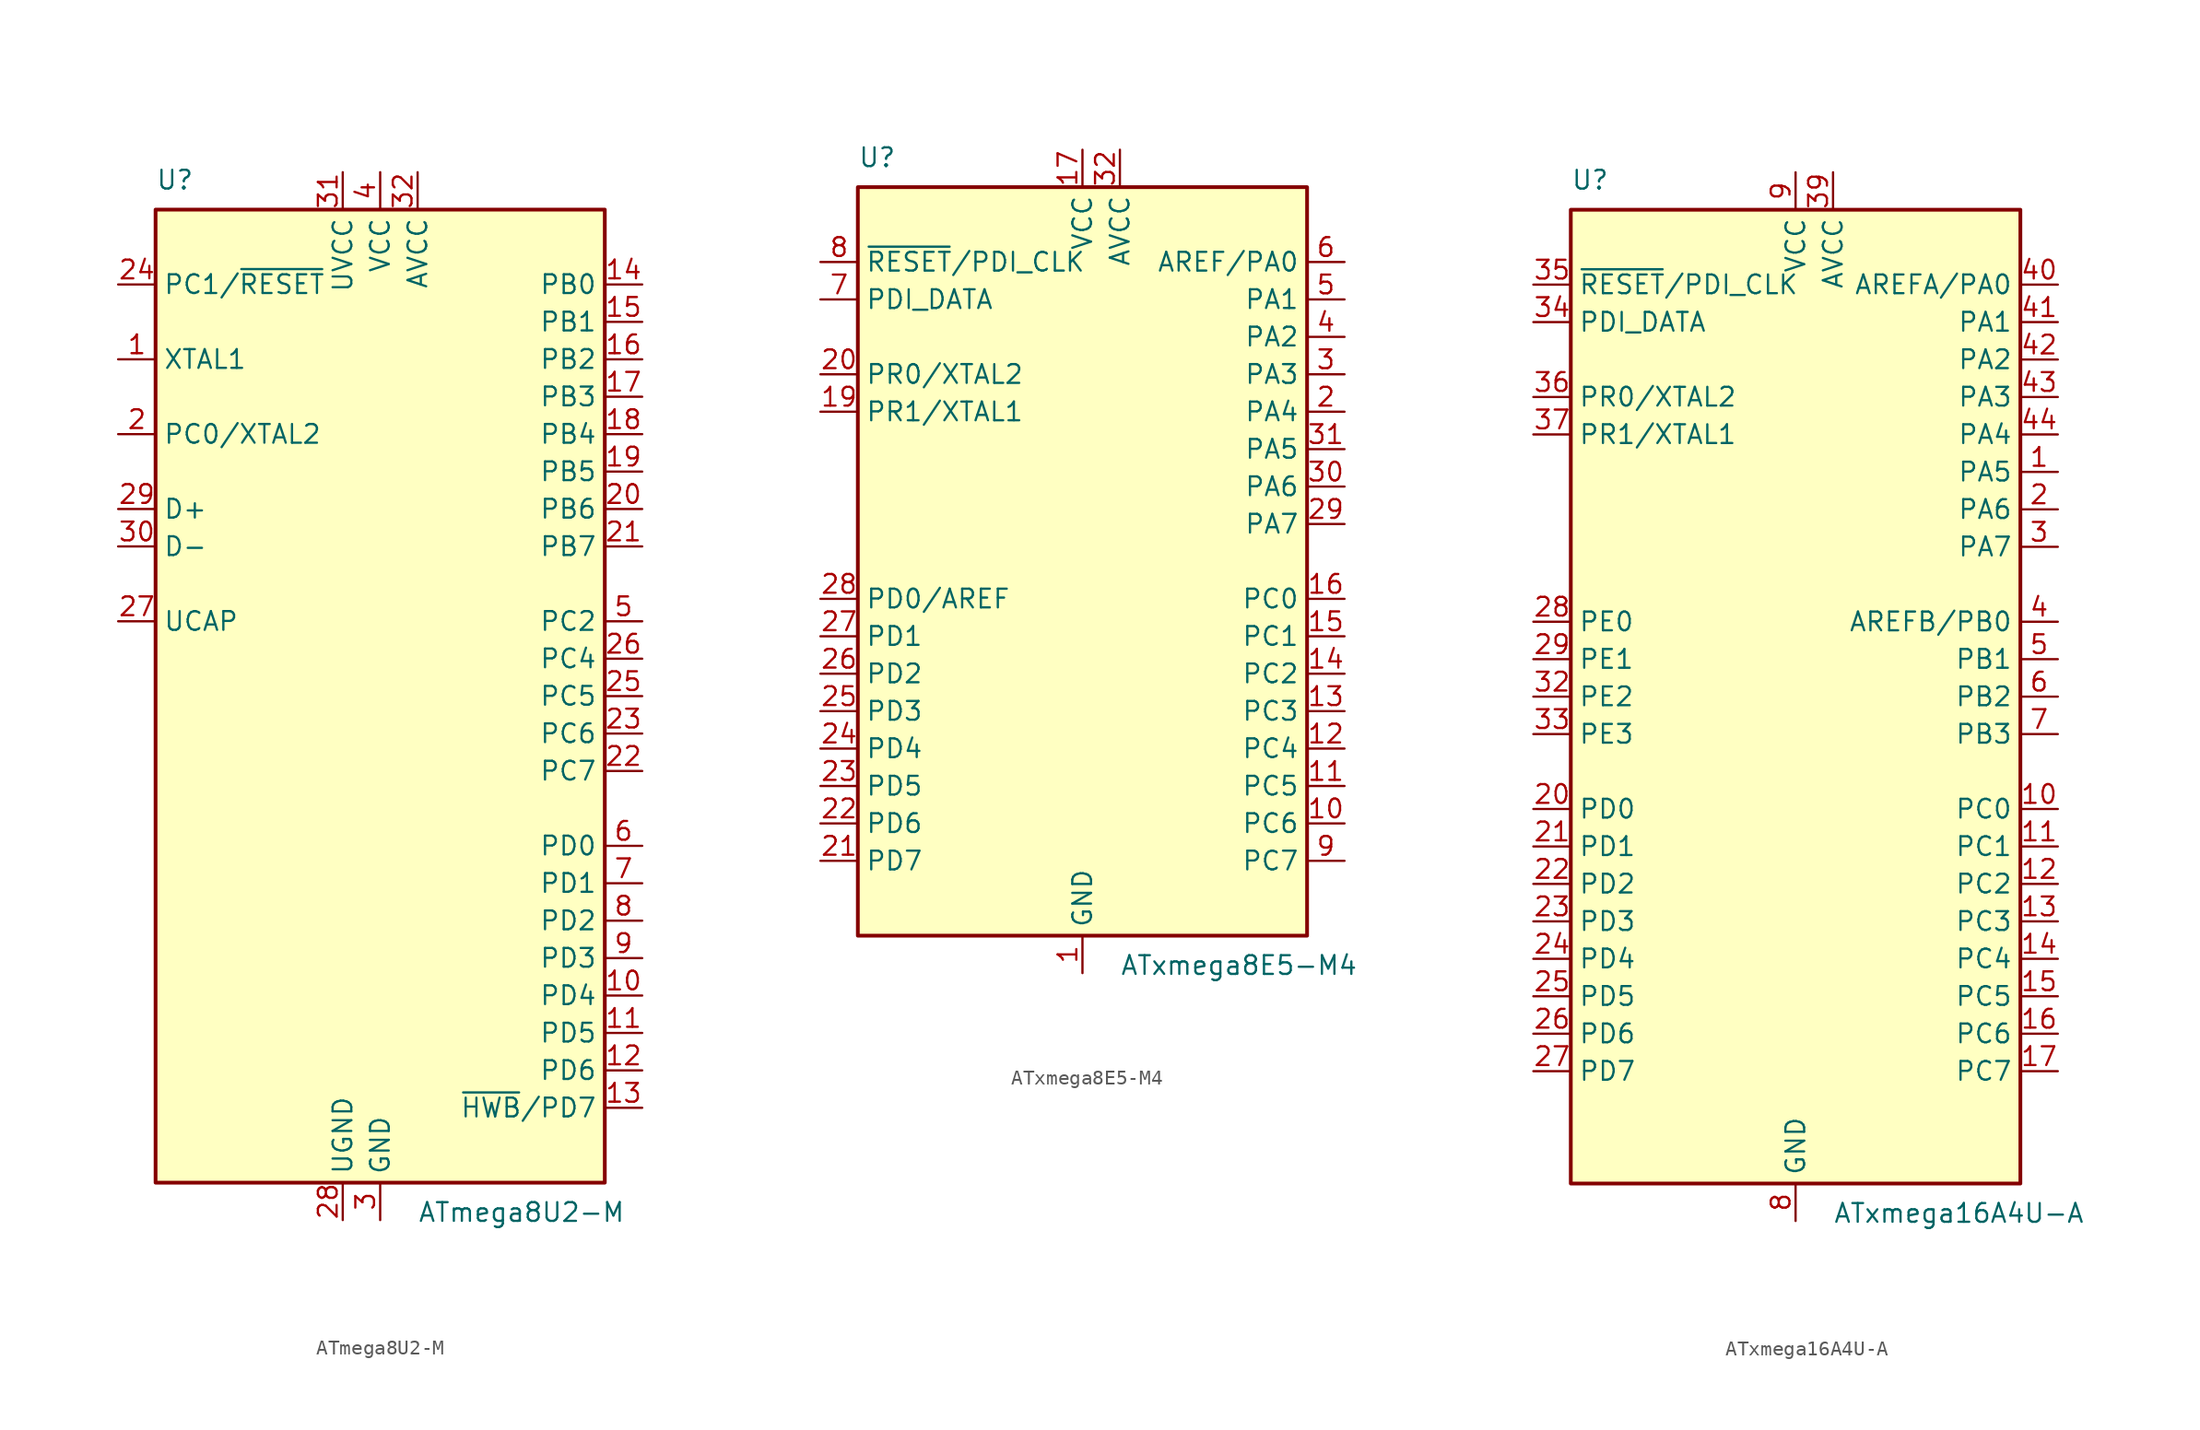
<source format=kicad_sym>
(kicad_symbol_lib
  (version 20211014)
  (generator kicad_symbol_editor)
  (symbol "ATmega8U2-M"
    (property "Reference" "U"
      (at -15.24 34.29 0)
      (effects (font (size 1.27 1.27)) (justify left bottom)))
    (property "Value" "ATmega8U2-M"
      (at 2.54 -34.29 0)
      (effects (font (size 1.27 1.27)) (justify left top)))
    (symbol "ATmega8U2-M_0_1"
      (rectangle (start -15.24 -33.02) (end 15.24 33.02) (stroke (width 0.254) (type default) (color 0 0 0 0)) (fill (type background))))
    (symbol "ATmega8U2-M_1_1"
      (pin input line (at -17.78 22.86 0) (length 2.54) (name "XTAL1" (effects (font (size 1.27 1.27)))) (number "1" (effects (font (size 1.27 1.27)))))
      (pin bidirectional line (at 17.78 -20.32 180) (length 2.54) (name "PD4" (effects (font (size 1.27 1.27)))) (number "10" (effects (font (size 1.27 1.27)))))
      (pin bidirectional line (at 17.78 -22.86 180) (length 2.54) (name "PD5" (effects (font (size 1.27 1.27)))) (number "11" (effects (font (size 1.27 1.27)))))
      (pin bidirectional line (at 17.78 -25.4 180) (length 2.54) (name "PD6" (effects (font (size 1.27 1.27)))) (number "12" (effects (font (size 1.27 1.27)))))
      (pin bidirectional line (at 17.78 -27.94 180) (length 2.54) (name "~{HWB}/PD7" (effects (font (size 1.27 1.27)))) (number "13" (effects (font (size 1.27 1.27)))))
      (pin bidirectional line (at 17.78 27.94 180) (length 2.54) (name "PB0" (effects (font (size 1.27 1.27)))) (number "14" (effects (font (size 1.27 1.27)))))
      (pin bidirectional line (at 17.78 25.4 180) (length 2.54) (name "PB1" (effects (font (size 1.27 1.27)))) (number "15" (effects (font (size 1.27 1.27)))))
      (pin bidirectional line (at 17.78 22.86 180) (length 2.54) (name "PB2" (effects (font (size 1.27 1.27)))) (number "16" (effects (font (size 1.27 1.27)))))
      (pin bidirectional line (at 17.78 20.32 180) (length 2.54) (name "PB3" (effects (font (size 1.27 1.27)))) (number "17" (effects (font (size 1.27 1.27)))))
      (pin bidirectional line (at 17.78 17.78 180) (length 2.54) (name "PB4" (effects (font (size 1.27 1.27)))) (number "18" (effects (font (size 1.27 1.27)))))
      (pin bidirectional line (at 17.78 15.24 180) (length 2.54) (name "PB5" (effects (font (size 1.27 1.27)))) (number "19" (effects (font (size 1.27 1.27)))))
      (pin bidirectional line (at -17.78 17.78 0) (length 2.54) (name "PC0/XTAL2" (effects (font (size 1.27 1.27)))) (number "2" (effects (font (size 1.27 1.27)))))
      (pin bidirectional line (at 17.78 12.7 180) (length 2.54) (name "PB6" (effects (font (size 1.27 1.27)))) (number "20" (effects (font (size 1.27 1.27)))))
      (pin bidirectional line (at 17.78 10.16 180) (length 2.54) (name "PB7" (effects (font (size 1.27 1.27)))) (number "21" (effects (font (size 1.27 1.27)))))
      (pin bidirectional line (at 17.78 -5.08 180) (length 2.54) (name "PC7" (effects (font (size 1.27 1.27)))) (number "22" (effects (font (size 1.27 1.27)))))
      (pin bidirectional line (at 17.78 -2.54 180) (length 2.54) (name "PC6" (effects (font (size 1.27 1.27)))) (number "23" (effects (font (size 1.27 1.27)))))
      (pin bidirectional line (at -17.78 27.94 0) (length 2.54) (name "PC1/~{RESET}" (effects (font (size 1.27 1.27)))) (number "24" (effects (font (size 1.27 1.27)))))
      (pin bidirectional line (at 17.78 0 180) (length 2.54) (name "PC5" (effects (font (size 1.27 1.27)))) (number "25" (effects (font (size 1.27 1.27)))))
      (pin bidirectional line (at 17.78 2.54 180) (length 2.54) (name "PC4" (effects (font (size 1.27 1.27)))) (number "26" (effects (font (size 1.27 1.27)))))
      (pin passive line (at -17.78 5.08 0) (length 2.54) (name "UCAP" (effects (font (size 1.27 1.27)))) (number "27" (effects (font (size 1.27 1.27)))))
      (pin power_in line (at -2.54 -35.56 90) (length 2.54) (name "UGND" (effects (font (size 1.27 1.27)))) (number "28" (effects (font (size 1.27 1.27)))))
      (pin bidirectional line (at -17.78 12.7 0) (length 2.54) (name "D+" (effects (font (size 1.27 1.27)))) (number "29" (effects (font (size 1.27 1.27)))))
      (pin power_in line (at 0 -35.56 90) (length 2.54) (name "GND" (effects (font (size 1.27 1.27)))) (number "3" (effects (font (size 1.27 1.27)))))
      (pin bidirectional line (at -17.78 10.16 0) (length 2.54) (name "D-" (effects (font (size 1.27 1.27)))) (number "30" (effects (font (size 1.27 1.27)))))
      (pin power_in line (at -2.54 35.56 270) (length 2.54) (name "UVCC" (effects (font (size 1.27 1.27)))) (number "31" (effects (font (size 1.27 1.27)))))
      (pin power_in line (at 2.54 35.56 270) (length 2.54) (name "AVCC" (effects (font (size 1.27 1.27)))) (number "32" (effects (font (size 1.27 1.27)))))
      (pin passive line (at 0 -35.56 90) (length 2.54) hide (name "GND" (effects (font (size 1.27 1.27)))) (number "33" (effects (font (size 1.27 1.27)))))
      (pin power_in line (at 0 35.56 270) (length 2.54) (name "VCC" (effects (font (size 1.27 1.27)))) (number "4" (effects (font (size 1.27 1.27)))))
      (pin bidirectional line (at 17.78 5.08 180) (length 2.54) (name "PC2" (effects (font (size 1.27 1.27)))) (number "5" (effects (font (size 1.27 1.27)))))
      (pin bidirectional line (at 17.78 -10.16 180) (length 2.54) (name "PD0" (effects (font (size 1.27 1.27)))) (number "6" (effects (font (size 1.27 1.27)))))
      (pin bidirectional line (at 17.78 -12.7 180) (length 2.54) (name "PD1" (effects (font (size 1.27 1.27)))) (number "7" (effects (font (size 1.27 1.27)))))
      (pin bidirectional line (at 17.78 -15.24 180) (length 2.54) (name "PD2" (effects (font (size 1.27 1.27)))) (number "8" (effects (font (size 1.27 1.27)))))
      (pin bidirectional line (at 17.78 -17.78 180) (length 2.54) (name "PD3" (effects (font (size 1.27 1.27)))) (number "9" (effects (font (size 1.27 1.27)))))))
  (symbol "ATxmega8E5-M4"
    (property "Reference" "U"
      (at -15.24 26.67 0)
      (effects (font (size 1.27 1.27)) (justify left bottom)))
    (property "Value" "ATxmega8E5-M4"
      (at 2.54 -26.67 0)
      (effects (font (size 1.27 1.27)) (justify left top)))
    (symbol "ATxmega8E5-M4_0_1"
      (rectangle (start -15.24 -25.4) (end 15.24 25.4) (stroke (width 0.254) (type default) (color 0 0 0 0)) (fill (type background))))
    (symbol "ATxmega8E5-M4_1_1"
      (pin power_in line (at 0 -27.94 90) (length 2.54) (name "GND" (effects (font (size 1.27 1.27)))) (number "1" (effects (font (size 1.27 1.27)))))
      (pin bidirectional line (at 17.78 -17.78 180) (length 2.54) (name "PC6" (effects (font (size 1.27 1.27)))) (number "10" (effects (font (size 1.27 1.27)))))
      (pin bidirectional line (at 17.78 -15.24 180) (length 2.54) (name "PC5" (effects (font (size 1.27 1.27)))) (number "11" (effects (font (size 1.27 1.27)))))
      (pin bidirectional line (at 17.78 -12.7 180) (length 2.54) (name "PC4" (effects (font (size 1.27 1.27)))) (number "12" (effects (font (size 1.27 1.27)))))
      (pin bidirectional line (at 17.78 -10.16 180) (length 2.54) (name "PC3" (effects (font (size 1.27 1.27)))) (number "13" (effects (font (size 1.27 1.27)))))
      (pin bidirectional line (at 17.78 -7.62 180) (length 2.54) (name "PC2" (effects (font (size 1.27 1.27)))) (number "14" (effects (font (size 1.27 1.27)))))
      (pin bidirectional line (at 17.78 -5.08 180) (length 2.54) (name "PC1" (effects (font (size 1.27 1.27)))) (number "15" (effects (font (size 1.27 1.27)))))
      (pin bidirectional line (at 17.78 -2.54 180) (length 2.54) (name "PC0" (effects (font (size 1.27 1.27)))) (number "16" (effects (font (size 1.27 1.27)))))
      (pin power_in line (at 0 27.94 270) (length 2.54) (name "VCC" (effects (font (size 1.27 1.27)))) (number "17" (effects (font (size 1.27 1.27)))))
      (pin passive line (at 0 -27.94 90) (length 2.54) hide (name "GND" (effects (font (size 1.27 1.27)))) (number "18" (effects (font (size 1.27 1.27)))))
      (pin bidirectional line (at -17.78 10.16 0) (length 2.54) (name "PR1/XTAL1" (effects (font (size 1.27 1.27)))) (number "19" (effects (font (size 1.27 1.27)))))
      (pin bidirectional line (at 17.78 10.16 180) (length 2.54) (name "PA4" (effects (font (size 1.27 1.27)))) (number "2" (effects (font (size 1.27 1.27)))))
      (pin bidirectional line (at -17.78 12.7 0) (length 2.54) (name "PR0/XTAL2" (effects (font (size 1.27 1.27)))) (number "20" (effects (font (size 1.27 1.27)))))
      (pin bidirectional line (at -17.78 -20.32 0) (length 2.54) (name "PD7" (effects (font (size 1.27 1.27)))) (number "21" (effects (font (size 1.27 1.27)))))
      (pin bidirectional line (at -17.78 -17.78 0) (length 2.54) (name "PD6" (effects (font (size 1.27 1.27)))) (number "22" (effects (font (size 1.27 1.27)))))
      (pin bidirectional line (at -17.78 -15.24 0) (length 2.54) (name "PD5" (effects (font (size 1.27 1.27)))) (number "23" (effects (font (size 1.27 1.27)))))
      (pin bidirectional line (at -17.78 -12.7 0) (length 2.54) (name "PD4" (effects (font (size 1.27 1.27)))) (number "24" (effects (font (size 1.27 1.27)))))
      (pin bidirectional line (at -17.78 -10.16 0) (length 2.54) (name "PD3" (effects (font (size 1.27 1.27)))) (number "25" (effects (font (size 1.27 1.27)))))
      (pin bidirectional line (at -17.78 -7.62 0) (length 2.54) (name "PD2" (effects (font (size 1.27 1.27)))) (number "26" (effects (font (size 1.27 1.27)))))
      (pin bidirectional line (at -17.78 -5.08 0) (length 2.54) (name "PD1" (effects (font (size 1.27 1.27)))) (number "27" (effects (font (size 1.27 1.27)))))
      (pin bidirectional line (at -17.78 -2.54 0) (length 2.54) (name "PD0/AREF" (effects (font (size 1.27 1.27)))) (number "28" (effects (font (size 1.27 1.27)))))
      (pin bidirectional line (at 17.78 2.54 180) (length 2.54) (name "PA7" (effects (font (size 1.27 1.27)))) (number "29" (effects (font (size 1.27 1.27)))))
      (pin bidirectional line (at 17.78 12.7 180) (length 2.54) (name "PA3" (effects (font (size 1.27 1.27)))) (number "3" (effects (font (size 1.27 1.27)))))
      (pin bidirectional line (at 17.78 5.08 180) (length 2.54) (name "PA6" (effects (font (size 1.27 1.27)))) (number "30" (effects (font (size 1.27 1.27)))))
      (pin bidirectional line (at 17.78 7.62 180) (length 2.54) (name "PA5" (effects (font (size 1.27 1.27)))) (number "31" (effects (font (size 1.27 1.27)))))
      (pin power_in line (at 2.54 27.94 270) (length 2.54) (name "AVCC" (effects (font (size 1.27 1.27)))) (number "32" (effects (font (size 1.27 1.27)))))
      (pin passive line (at 0 -27.94 90) (length 2.54) hide (name "GND" (effects (font (size 1.27 1.27)))) (number "33" (effects (font (size 1.27 1.27)))))
      (pin bidirectional line (at 17.78 15.24 180) (length 2.54) (name "PA2" (effects (font (size 1.27 1.27)))) (number "4" (effects (font (size 1.27 1.27)))))
      (pin bidirectional line (at 17.78 17.78 180) (length 2.54) (name "PA1" (effects (font (size 1.27 1.27)))) (number "5" (effects (font (size 1.27 1.27)))))
      (pin bidirectional line (at 17.78 20.32 180) (length 2.54) (name "AREF/PA0" (effects (font (size 1.27 1.27)))) (number "6" (effects (font (size 1.27 1.27)))))
      (pin bidirectional line (at -17.78 17.78 0) (length 2.54) (name "PDI_DATA" (effects (font (size 1.27 1.27)))) (number "7" (effects (font (size 1.27 1.27)))))
      (pin input line (at -17.78 20.32 0) (length 2.54) (name "~{RESET}/PDI_CLK" (effects (font (size 1.27 1.27)))) (number "8" (effects (font (size 1.27 1.27)))))
      (pin bidirectional line (at 17.78 -20.32 180) (length 2.54) (name "PC7" (effects (font (size 1.27 1.27)))) (number "9" (effects (font (size 1.27 1.27)))))))
  (symbol "ATxmega16A4U-A"
    (property "Reference" "U"
      (at -15.24 34.29 0)
      (effects (font (size 1.27 1.27)) (justify left bottom)))
    (property "Value" "ATxmega16A4U-A"
      (at 2.54 -34.29 0)
      (effects (font (size 1.27 1.27)) (justify left top)))
    (symbol "ATxmega16A4U-A_0_1"
      (rectangle (start -15.24 -33.02) (end 15.24 33.02) (stroke (width 0.254) (type default) (color 0 0 0 0)) (fill (type background))))
    (symbol "ATxmega16A4U-A_1_1"
      (pin bidirectional line (at 17.78 15.24 180) (length 2.54) (name "PA5" (effects (font (size 1.27 1.27)))) (number "1" (effects (font (size 1.27 1.27)))))
      (pin bidirectional line (at 17.78 -7.62 180) (length 2.54) (name "PC0" (effects (font (size 1.27 1.27)))) (number "10" (effects (font (size 1.27 1.27)))))
      (pin bidirectional line (at 17.78 -10.16 180) (length 2.54) (name "PC1" (effects (font (size 1.27 1.27)))) (number "11" (effects (font (size 1.27 1.27)))))
      (pin bidirectional line (at 17.78 -12.7 180) (length 2.54) (name "PC2" (effects (font (size 1.27 1.27)))) (number "12" (effects (font (size 1.27 1.27)))))
      (pin bidirectional line (at 17.78 -15.24 180) (length 2.54) (name "PC3" (effects (font (size 1.27 1.27)))) (number "13" (effects (font (size 1.27 1.27)))))
      (pin bidirectional line (at 17.78 -17.78 180) (length 2.54) (name "PC4" (effects (font (size 1.27 1.27)))) (number "14" (effects (font (size 1.27 1.27)))))
      (pin bidirectional line (at 17.78 -20.32 180) (length 2.54) (name "PC5" (effects (font (size 1.27 1.27)))) (number "15" (effects (font (size 1.27 1.27)))))
      (pin bidirectional line (at 17.78 -22.86 180) (length 2.54) (name "PC6" (effects (font (size 1.27 1.27)))) (number "16" (effects (font (size 1.27 1.27)))))
      (pin bidirectional line (at 17.78 -25.4 180) (length 2.54) (name "PC7" (effects (font (size 1.27 1.27)))) (number "17" (effects (font (size 1.27 1.27)))))
      (pin passive line (at 0 -35.56 90) (length 2.54) hide (name "GND" (effects (font (size 1.27 1.27)))) (number "18" (effects (font (size 1.27 1.27)))))
      (pin passive line (at 0 35.56 270) (length 2.54) hide (name "VCC" (effects (font (size 1.27 1.27)))) (number "19" (effects (font (size 1.27 1.27)))))
      (pin bidirectional line (at 17.78 12.7 180) (length 2.54) (name "PA6" (effects (font (size 1.27 1.27)))) (number "2" (effects (font (size 1.27 1.27)))))
      (pin bidirectional line (at -17.78 -7.62 0) (length 2.54) (name "PD0" (effects (font (size 1.27 1.27)))) (number "20" (effects (font (size 1.27 1.27)))))
      (pin bidirectional line (at -17.78 -10.16 0) (length 2.54) (name "PD1" (effects (font (size 1.27 1.27)))) (number "21" (effects (font (size 1.27 1.27)))))
      (pin bidirectional line (at -17.78 -12.7 0) (length 2.54) (name "PD2" (effects (font (size 1.27 1.27)))) (number "22" (effects (font (size 1.27 1.27)))))
      (pin bidirectional line (at -17.78 -15.24 0) (length 2.54) (name "PD3" (effects (font (size 1.27 1.27)))) (number "23" (effects (font (size 1.27 1.27)))))
      (pin bidirectional line (at -17.78 -17.78 0) (length 2.54) (name "PD4" (effects (font (size 1.27 1.27)))) (number "24" (effects (font (size 1.27 1.27)))))
      (pin bidirectional line (at -17.78 -20.32 0) (length 2.54) (name "PD5" (effects (font (size 1.27 1.27)))) (number "25" (effects (font (size 1.27 1.27)))))
      (pin bidirectional line (at -17.78 -22.86 0) (length 2.54) (name "PD6" (effects (font (size 1.27 1.27)))) (number "26" (effects (font (size 1.27 1.27)))))
      (pin bidirectional line (at -17.78 -25.4 0) (length 2.54) (name "PD7" (effects (font (size 1.27 1.27)))) (number "27" (effects (font (size 1.27 1.27)))))
      (pin bidirectional line (at -17.78 5.08 0) (length 2.54) (name "PE0" (effects (font (size 1.27 1.27)))) (number "28" (effects (font (size 1.27 1.27)))))
      (pin bidirectional line (at -17.78 2.54 0) (length 2.54) (name "PE1" (effects (font (size 1.27 1.27)))) (number "29" (effects (font (size 1.27 1.27)))))
      (pin bidirectional line (at 17.78 10.16 180) (length 2.54) (name "PA7" (effects (font (size 1.27 1.27)))) (number "3" (effects (font (size 1.27 1.27)))))
      (pin passive line (at 0 -35.56 90) (length 2.54) hide (name "GND" (effects (font (size 1.27 1.27)))) (number "30" (effects (font (size 1.27 1.27)))))
      (pin passive line (at 0 35.56 270) (length 2.54) hide (name "VCC" (effects (font (size 1.27 1.27)))) (number "31" (effects (font (size 1.27 1.27)))))
      (pin bidirectional line (at -17.78 0 0) (length 2.54) (name "PE2" (effects (font (size 1.27 1.27)))) (number "32" (effects (font (size 1.27 1.27)))))
      (pin bidirectional line (at -17.78 -2.54 0) (length 2.54) (name "PE3" (effects (font (size 1.27 1.27)))) (number "33" (effects (font (size 1.27 1.27)))))
      (pin bidirectional line (at -17.78 25.4 0) (length 2.54) (name "PDI_DATA" (effects (font (size 1.27 1.27)))) (number "34" (effects (font (size 1.27 1.27)))))
      (pin input line (at -17.78 27.94 0) (length 2.54) (name "~{RESET}/PDI_CLK" (effects (font (size 1.27 1.27)))) (number "35" (effects (font (size 1.27 1.27)))))
      (pin bidirectional line (at -17.78 20.32 0) (length 2.54) (name "PR0/XTAL2" (effects (font (size 1.27 1.27)))) (number "36" (effects (font (size 1.27 1.27)))))
      (pin bidirectional line (at -17.78 17.78 0) (length 2.54) (name "PR1/XTAL1" (effects (font (size 1.27 1.27)))) (number "37" (effects (font (size 1.27 1.27)))))
      (pin passive line (at 0 -35.56 90) (length 2.54) hide (name "GND" (effects (font (size 1.27 1.27)))) (number "38" (effects (font (size 1.27 1.27)))))
      (pin power_in line (at 2.54 35.56 270) (length 2.54) (name "AVCC" (effects (font (size 1.27 1.27)))) (number "39" (effects (font (size 1.27 1.27)))))
      (pin bidirectional line (at 17.78 5.08 180) (length 2.54) (name "AREFB/PB0" (effects (font (size 1.27 1.27)))) (number "4" (effects (font (size 1.27 1.27)))))
      (pin bidirectional line (at 17.78 27.94 180) (length 2.54) (name "AREFA/PA0" (effects (font (size 1.27 1.27)))) (number "40" (effects (font (size 1.27 1.27)))))
      (pin bidirectional line (at 17.78 25.4 180) (length 2.54) (name "PA1" (effects (font (size 1.27 1.27)))) (number "41" (effects (font (size 1.27 1.27)))))
      (pin bidirectional line (at 17.78 22.86 180) (length 2.54) (name "PA2" (effects (font (size 1.27 1.27)))) (number "42" (effects (font (size 1.27 1.27)))))
      (pin bidirectional line (at 17.78 20.32 180) (length 2.54) (name "PA3" (effects (font (size 1.27 1.27)))) (number "43" (effects (font (size 1.27 1.27)))))
      (pin bidirectional line (at 17.78 17.78 180) (length 2.54) (name "PA4" (effects (font (size 1.27 1.27)))) (number "44" (effects (font (size 1.27 1.27)))))
      (pin bidirectional line (at 17.78 2.54 180) (length 2.54) (name "PB1" (effects (font (size 1.27 1.27)))) (number "5" (effects (font (size 1.27 1.27)))))
      (pin bidirectional line (at 17.78 0 180) (length 2.54) (name "PB2" (effects (font (size 1.27 1.27)))) (number "6" (effects (font (size 1.27 1.27)))))
      (pin bidirectional line (at 17.78 -2.54 180) (length 2.54) (name "PB3" (effects (font (size 1.27 1.27)))) (number "7" (effects (font (size 1.27 1.27)))))
      (pin power_in line (at 0 -35.56 90) (length 2.54) (name "GND" (effects (font (size 1.27 1.27)))) (number "8" (effects (font (size 1.27 1.27)))))
      (pin power_in line (at 0 35.56 270) (length 2.54) (name "VCC" (effects (font (size 1.27 1.27)))) (number "9" (effects (font (size 1.27 1.27))))))))
</source>
